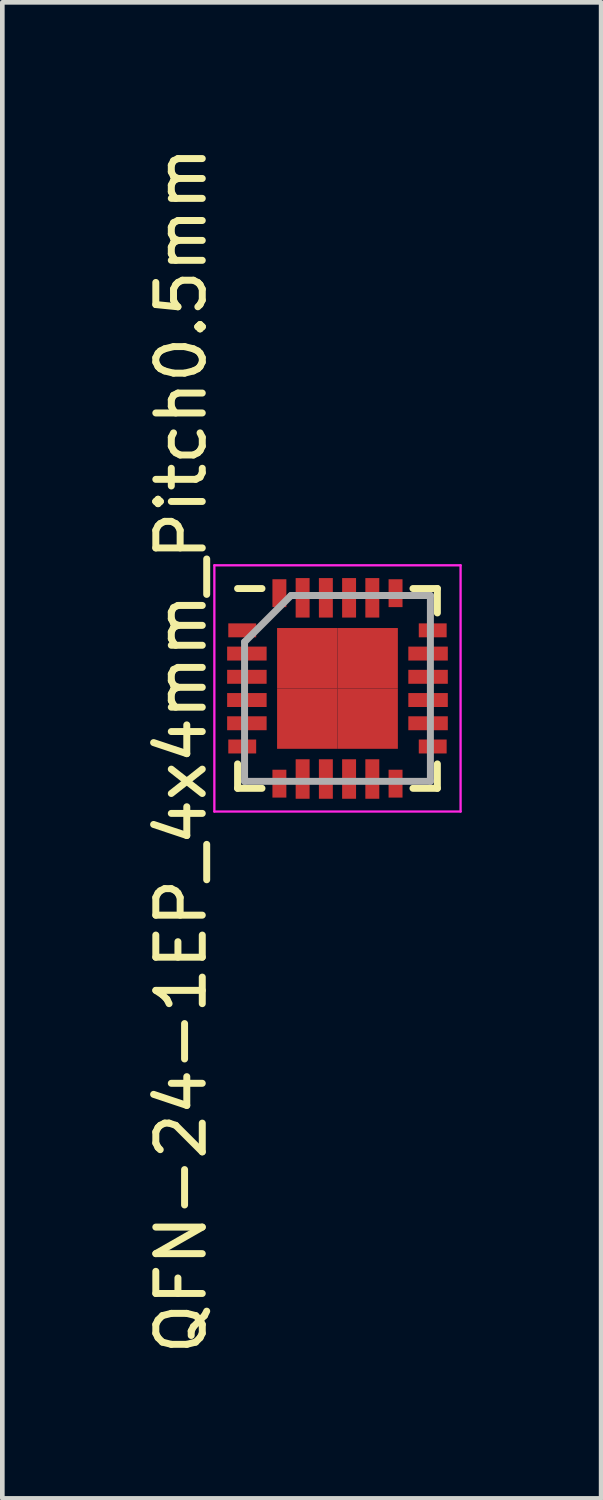
<source format=kicad_pcb>
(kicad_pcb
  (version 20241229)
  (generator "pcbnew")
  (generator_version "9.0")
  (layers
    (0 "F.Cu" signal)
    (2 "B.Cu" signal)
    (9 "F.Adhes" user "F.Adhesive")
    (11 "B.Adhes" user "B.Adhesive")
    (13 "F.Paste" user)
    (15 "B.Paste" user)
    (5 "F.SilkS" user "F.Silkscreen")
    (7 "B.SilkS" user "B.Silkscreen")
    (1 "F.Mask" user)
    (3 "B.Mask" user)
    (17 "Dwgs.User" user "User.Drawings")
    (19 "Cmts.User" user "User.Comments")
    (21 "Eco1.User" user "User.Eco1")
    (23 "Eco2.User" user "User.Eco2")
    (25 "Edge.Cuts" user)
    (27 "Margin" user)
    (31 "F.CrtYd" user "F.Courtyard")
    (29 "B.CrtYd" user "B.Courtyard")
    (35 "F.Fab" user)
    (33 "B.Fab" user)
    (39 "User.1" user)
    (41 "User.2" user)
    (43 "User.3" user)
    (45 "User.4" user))
  (footprint "QFN-24-1EP_4x4mm_Pitch0.5mm"
    (layer "F.Cu")
    (at 4.214 11.768)
    (property "Reference" "QFN-24-1EP_4x4mm_Pitch0.5mm" (at -3.365 1.333 90) (layer "F.SilkS") (effects (font (size 1 1) (thickness 0.15))))
    (attr smd)
    (fp_line (start -2.15 -2.15) (end -1.625 -2.15) (stroke (width 0.15) (type solid)) (layer "F.SilkS"))
    (fp_line (start -2.15 2.15) (end -2.15 1.625) (stroke (width 0.15) (type solid)) (layer "F.SilkS"))
    (fp_line (start -2.15 2.15) (end -1.625 2.15) (stroke (width 0.15) (type solid)) (layer "F.SilkS"))
    (fp_line (start 2.15 -2.15) (end 1.625 -2.15) (stroke (width 0.15) (type solid)) (layer "F.SilkS"))
    (fp_line (start 2.15 -2.15) (end 2.15 -1.625) (stroke (width 0.15) (type solid)) (layer "F.SilkS"))
    (fp_line (start 2.15 2.15) (end 1.625 2.15) (stroke (width 0.15) (type solid)) (layer "F.SilkS"))
    (fp_line (start 2.15 2.15) (end 2.15 1.625) (stroke (width 0.15) (type solid)) (layer "F.SilkS"))
    (fp_line (start -2.65 -2.65) (end -2.65 2.65) (stroke (width 0.05) (type solid)) (layer "F.CrtYd"))
    (fp_line (start -2.65 -2.65) (end 2.65 -2.65) (stroke (width 0.05) (type solid)) (layer "F.CrtYd"))
    (fp_line (start -2.65 2.65) (end 2.65 2.65) (stroke (width 0.05) (type solid)) (layer "F.CrtYd"))
    (fp_line (start 2.65 -2.65) (end 2.65 2.65) (stroke (width 0.05) (type solid)) (layer "F.CrtYd"))
    (fp_line (start -2 -1) (end -1 -2) (stroke (width 0.15) (type solid)) (layer "F.Fab"))
    (fp_line (start -2 2) (end -2 -1) (stroke (width 0.15) (type solid)) (layer "F.Fab"))
    (fp_line (start -1 -2) (end 2 -2) (stroke (width 0.15) (type solid)) (layer "F.Fab"))
    (fp_line (start 2 -2) (end 2 2) (stroke (width 0.15) (type solid)) (layer "F.Fab"))
    (fp_line (start 2 2) (end -2 2) (stroke (width 0.15) (type solid)) (layer "F.Fab"))
    (pad "1" smd rect (at -2.05 -1.25) (size 0.6 0.3) (layers "F.Cu" "F.Mask" "F.Paste"))
    (pad "2" smd rect (at -1.95 -0.75) (size 0.85 0.3) (layers "F.Cu" "F.Mask" "F.Paste"))
    (pad "3" smd rect (at -1.95 -0.25) (size 0.85 0.3) (layers "F.Cu" "F.Mask" "F.Paste"))
    (pad "4" smd rect (at -1.95 0.25) (size 0.85 0.3) (layers "F.Cu" "F.Mask" "F.Paste"))
    (pad "5" smd rect (at -1.95 0.75) (size 0.85 0.3) (layers "F.Cu" "F.Mask" "F.Paste"))
    (pad "6" smd rect (at -2.05 1.25) (size 0.6 0.3) (layers "F.Cu" "F.Mask" "F.Paste"))
    (pad "7" smd rect (at -1.25 2.05 90) (size 0.6 0.3) (layers "F.Cu" "F.Mask" "F.Paste"))
    (pad "8" smd rect (at -0.75 1.95 90) (size 0.85 0.3) (layers "F.Cu" "F.Mask" "F.Paste"))
    (pad "9" smd rect (at -0.25 1.95 90) (size 0.85 0.3) (layers "F.Cu" "F.Mask" "F.Paste"))
    (pad "10" smd rect (at 0.25 1.95 90) (size 0.85 0.3) (layers "F.Cu" "F.Mask" "F.Paste"))
    (pad "11" smd rect (at 0.75 1.95 90) (size 0.85 0.3) (layers "F.Cu" "F.Mask" "F.Paste"))
    (pad "12" smd rect (at 1.25 2.05 90) (size 0.6 0.3) (layers "F.Cu" "F.Mask" "F.Paste"))
    (pad "13" smd rect (at 2.05 1.25) (size 0.6 0.3) (layers "F.Cu" "F.Mask" "F.Paste"))
    (pad "14" smd rect (at 1.95 0.75) (size 0.85 0.3) (layers "F.Cu" "F.Mask" "F.Paste"))
    (pad "15" smd rect (at 1.95 0.25) (size 0.85 0.3) (layers "F.Cu" "F.Mask" "F.Paste"))
    (pad "16" smd rect (at 1.95 -0.25) (size 0.85 0.3) (layers "F.Cu" "F.Mask" "F.Paste"))
    (pad "17" smd rect (at 1.95 -0.75) (size 0.85 0.3) (layers "F.Cu" "F.Mask" "F.Paste"))
    (pad "18" smd rect (at 2.05 -1.25) (size 0.6 0.3) (layers "F.Cu" "F.Mask" "F.Paste"))
    (pad "19" smd rect (at 1.25 -2.05 90) (size 0.6 0.3) (layers "F.Cu" "F.Mask" "F.Paste"))
    (pad "20" smd rect (at 0.75 -1.95 90) (size 0.85 0.3) (layers "F.Cu" "F.Mask" "F.Paste"))
    (pad "21" smd rect (at 0.25 -1.95 90) (size 0.85 0.3) (layers "F.Cu" "F.Mask" "F.Paste"))
    (pad "22" smd rect (at -0.25 -1.95 90) (size 0.85 0.3) (layers "F.Cu" "F.Mask" "F.Paste"))
    (pad "23" smd rect (at -0.75 -1.95 90) (size 0.85 0.3) (layers "F.Cu" "F.Mask" "F.Paste"))
    (pad "24" smd rect (at -1.25 -2.05 90) (size 0.6 0.3) (layers "F.Cu" "F.Mask" "F.Paste"))
    (pad "25" smd rect (at -0.65 -0.65) (size 1.3 1.3) (layers "F.Cu" "F.Mask" "F.Paste"))
    (pad "25" smd rect (at -0.65 0.65) (size 1.3 1.3) (layers "F.Cu" "F.Mask" "F.Paste"))
    (pad "25" smd rect (at 0.65 -0.65) (size 1.3 1.3) (layers "F.Cu" "F.Mask" "F.Paste"))
    (pad "25" smd rect (at 0.65 0.65) (size 1.3 1.3) (layers "F.Cu" "F.Mask" "F.Paste")))
  (gr_rect
    (start -3 -3)
    (end 9.889 29.202)
    (stroke (width 0.1) (type default))
    (fill no)
    (layer "Edge.Cuts")))
</source>
